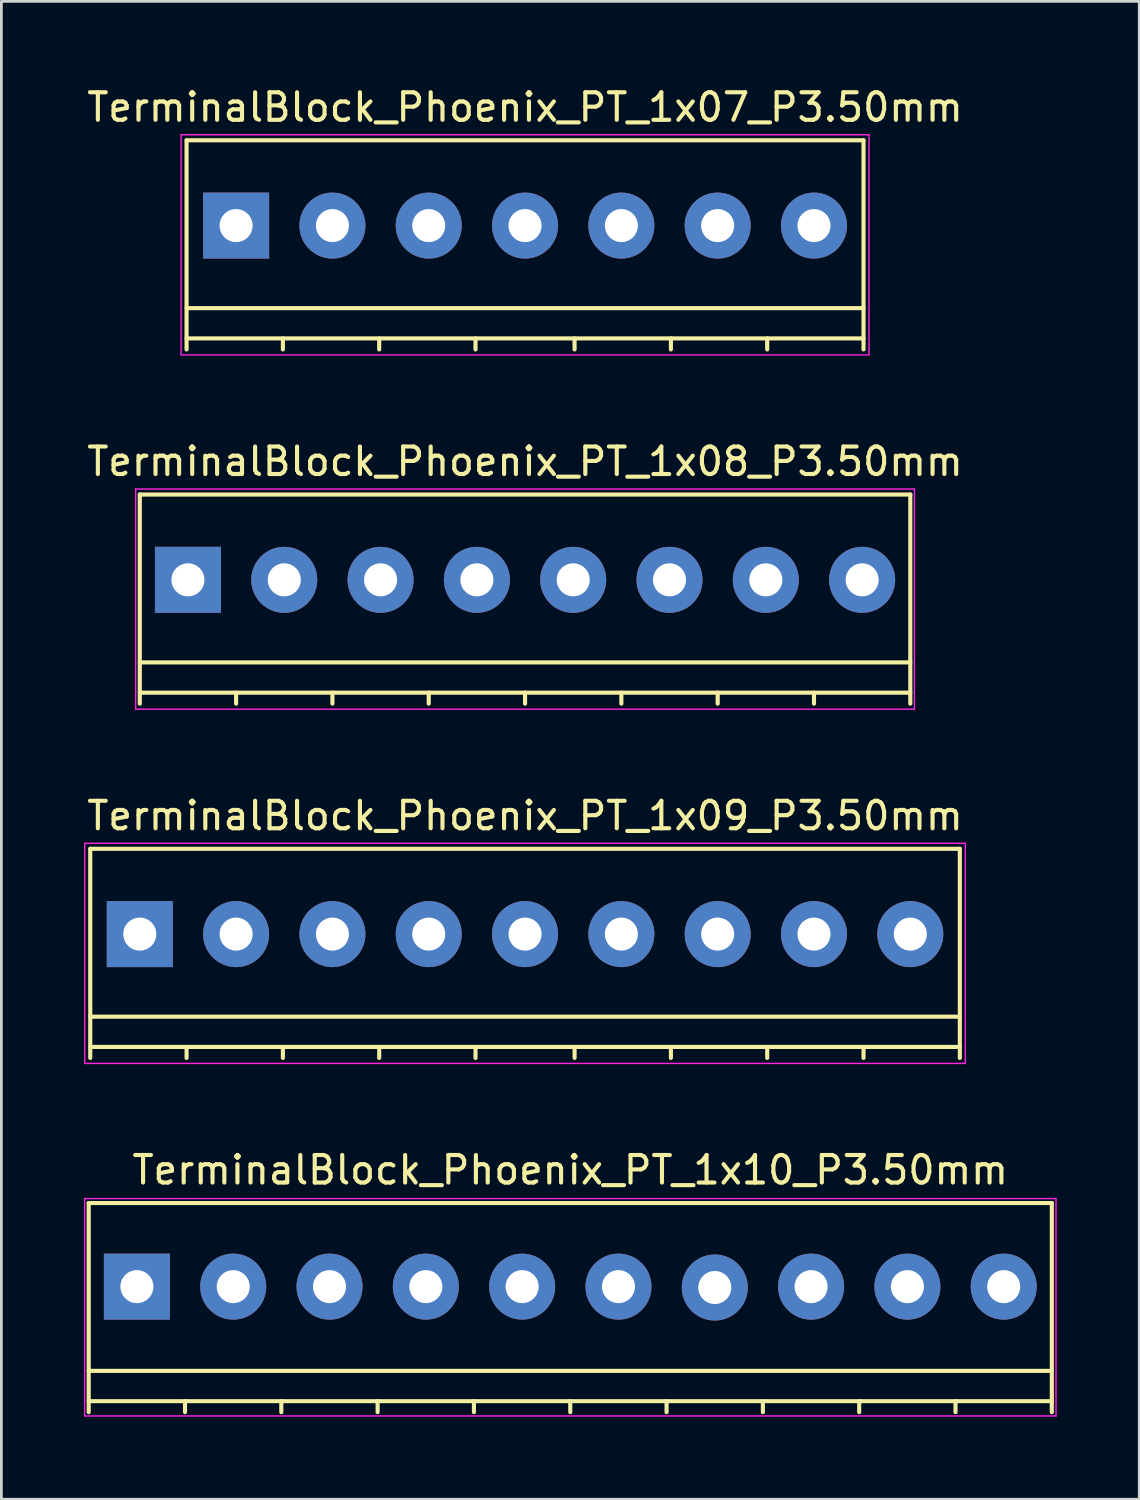
<source format=kicad_pcb>
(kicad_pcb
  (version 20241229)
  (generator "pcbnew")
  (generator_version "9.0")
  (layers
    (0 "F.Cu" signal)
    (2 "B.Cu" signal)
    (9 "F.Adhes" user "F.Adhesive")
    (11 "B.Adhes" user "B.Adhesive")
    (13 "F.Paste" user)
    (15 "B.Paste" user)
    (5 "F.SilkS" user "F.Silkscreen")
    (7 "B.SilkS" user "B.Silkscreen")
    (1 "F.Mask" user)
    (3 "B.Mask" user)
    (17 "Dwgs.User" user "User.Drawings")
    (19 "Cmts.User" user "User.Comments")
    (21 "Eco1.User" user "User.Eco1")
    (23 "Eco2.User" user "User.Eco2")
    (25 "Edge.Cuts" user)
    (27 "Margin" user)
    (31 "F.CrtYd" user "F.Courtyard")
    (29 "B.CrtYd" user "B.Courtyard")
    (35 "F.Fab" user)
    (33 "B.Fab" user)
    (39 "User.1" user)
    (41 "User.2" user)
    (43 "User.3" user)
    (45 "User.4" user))
  (footprint "TerminalBlock_Phoenix_PT_1x08_P3.50mm"
    (layer "F.Cu")
    (at 3.78 18.021)
    (property "Reference" "TerminalBlock_Phoenix_PT_1x08_P3.50mm" (at 12.25 -4.3 0) (layer "F.SilkS") (effects (font (size 1 1) (thickness 0.15))))
    (attr through_hole)
    (fp_line (start -1.75 -3.1) (end -1.75 4.5) (stroke (width 0.15) (type solid)) (layer "F.SilkS"))
    (fp_line (start -1.75 3) (end 26.25 3) (stroke (width 0.15) (type solid)) (layer "F.SilkS"))
    (fp_line (start -1.75 4.1) (end 26.25 4.1) (stroke (width 0.15) (type solid)) (layer "F.SilkS"))
    (fp_line (start 1.75 4.1) (end 1.75 4.5) (stroke (width 0.15) (type solid)) (layer "F.SilkS"))
    (fp_line (start 5.25 4.1) (end 5.25 4.5) (stroke (width 0.15) (type solid)) (layer "F.SilkS"))
    (fp_line (start 8.75 4.1) (end 8.75 4.5) (stroke (width 0.15) (type solid)) (layer "F.SilkS"))
    (fp_line (start 12.25 4.1) (end 12.25 4.5) (stroke (width 0.15) (type solid)) (layer "F.SilkS"))
    (fp_line (start 15.75 4.1) (end 15.75 4.5) (stroke (width 0.15) (type solid)) (layer "F.SilkS"))
    (fp_line (start 19.25 4.1) (end 19.25 4.5) (stroke (width 0.15) (type solid)) (layer "F.SilkS"))
    (fp_line (start 22.75 4.1) (end 22.75 4.5) (stroke (width 0.15) (type solid)) (layer "F.SilkS"))
    (fp_line (start 26.25 -3.1) (end -1.75 -3.1) (stroke (width 0.15) (type solid)) (layer "F.SilkS"))
    (fp_line (start 26.25 4.5) (end 26.25 -3.1) (stroke (width 0.15) (type solid)) (layer "F.SilkS"))
    (fp_line (start -1.9 -3.3) (end 26.4 -3.3) (stroke (width 0.05) (type solid)) (layer "F.CrtYd"))
    (fp_line (start -1.9 4.7) (end -1.9 -3.3) (stroke (width 0.05) (type solid)) (layer "F.CrtYd"))
    (fp_line (start 26.4 -3.3) (end 26.4 4.7) (stroke (width 0.05) (type solid)) (layer "F.CrtYd"))
    (fp_line (start 26.4 4.7) (end -1.9 4.7) (stroke (width 0.05) (type solid)) (layer "F.CrtYd"))
    (pad "1" thru_hole rect (at 0 0) (size 2.4 2.4) (drill 1.2) (layers "*.Cu" "*.Mask"))
    (pad "2" thru_hole circle (at 3.5 0) (size 2.4 2.4) (drill 1.2) (layers "*.Cu" "*.Mask"))
    (pad "3" thru_hole circle (at 7 0) (size 2.4 2.4) (drill 1.2) (layers "*.Cu" "*.Mask"))
    (pad "4" thru_hole circle (at 10.5 0) (size 2.4 2.4) (drill 1.2) (layers "*.Cu" "*.Mask"))
    (pad "5" thru_hole circle (at 14 0) (size 2.4 2.4) (drill 1.2) (layers "*.Cu" "*.Mask"))
    (pad "6" thru_hole circle (at 17.5 0) (size 2.4 2.4) (drill 1.2) (layers "*.Cu" "*.Mask"))
    (pad "7" thru_hole circle (at 21 0) (size 2.4 2.4) (drill 1.2) (layers "*.Cu" "*.Mask"))
    (pad "8" thru_hole circle (at 24.5 0) (size 2.4 2.4) (drill 1.2) (layers "*.Cu" "*.Mask")))
  (footprint "TerminalBlock_Phoenix_PT_1x07_P3.50mm"
    (layer "F.Cu")
    (at 5.53 5.148)
    (property "Reference" "TerminalBlock_Phoenix_PT_1x07_P3.50mm" (at 10.5 -4.3 0) (layer "F.SilkS") (effects (font (size 1 1) (thickness 0.15))))
    (attr through_hole)
    (fp_line (start -1.8 -3.1) (end -1.8 4.5) (stroke (width 0.15) (type solid)) (layer "F.SilkS"))
    (fp_line (start -1.8 3) (end 22.8 3) (stroke (width 0.15) (type solid)) (layer "F.SilkS"))
    (fp_line (start -1.8 4.1) (end 22.8 4.1) (stroke (width 0.15) (type solid)) (layer "F.SilkS"))
    (fp_line (start 1.7 4.1) (end 1.7 4.5) (stroke (width 0.15) (type solid)) (layer "F.SilkS"))
    (fp_line (start 5.2 4.1) (end 5.2 4.5) (stroke (width 0.15) (type solid)) (layer "F.SilkS"))
    (fp_line (start 8.7 4.1) (end 8.7 4.5) (stroke (width 0.15) (type solid)) (layer "F.SilkS"))
    (fp_line (start 12.3 4.1) (end 12.3 4.5) (stroke (width 0.15) (type solid)) (layer "F.SilkS"))
    (fp_line (start 15.8 4.1) (end 15.8 4.5) (stroke (width 0.15) (type solid)) (layer "F.SilkS"))
    (fp_line (start 19.3 4.1) (end 19.3 4.5) (stroke (width 0.15) (type solid)) (layer "F.SilkS"))
    (fp_line (start 22.8 -3.1) (end -1.8 -3.1) (stroke (width 0.15) (type solid)) (layer "F.SilkS"))
    (fp_line (start 22.8 4.5) (end 22.8 -3.1) (stroke (width 0.15) (type solid)) (layer "F.SilkS"))
    (fp_line (start -2 -3.3) (end 23 -3.3) (stroke (width 0.05) (type solid)) (layer "F.CrtYd"))
    (fp_line (start -2 4.7) (end -2 -3.3) (stroke (width 0.05) (type solid)) (layer "F.CrtYd"))
    (fp_line (start 23 -3.3) (end 23 4.7) (stroke (width 0.05) (type solid)) (layer "F.CrtYd"))
    (fp_line (start 23 4.7) (end -2 4.7) (stroke (width 0.05) (type solid)) (layer "F.CrtYd"))
    (pad "1" thru_hole rect (at 0 0) (size 2.4 2.4) (drill 1.2) (layers "*.Cu" "*.Mask"))
    (pad "2" thru_hole circle (at 3.5 0) (size 2.4 2.4) (drill 1.2) (layers "*.Cu" "*.Mask"))
    (pad "3" thru_hole circle (at 7 0) (size 2.4 2.4) (drill 1.2) (layers "*.Cu" "*.Mask"))
    (pad "4" thru_hole circle (at 10.5 0) (size 2.4 2.4) (drill 1.2) (layers "*.Cu" "*.Mask"))
    (pad "5" thru_hole circle (at 14 0) (size 2.4 2.4) (drill 1.2) (layers "*.Cu" "*.Mask"))
    (pad "6" thru_hole circle (at 17.5 0) (size 2.4 2.4) (drill 1.2) (layers "*.Cu" "*.Mask"))
    (pad "7" thru_hole circle (at 21 0) (size 2.4 2.4) (drill 1.2) (layers "*.Cu" "*.Mask")))
  (footprint "TerminalBlock_Phoenix_PT_1x10_P3.50mm"
    (layer "F.Cu")
    (at 1.925 43.706)
    (property "Reference" "TerminalBlock_Phoenix_PT_1x10_P3.50mm" (at 15.748 -4.238 0) (layer "F.SilkS") (effects (font (size 1 1) (thickness 0.15))))
    (attr through_hole)
    (fp_line (start -1.752 -3.038) (end -1.752 4.562) (stroke (width 0.15) (type solid)) (layer "F.SilkS"))
    (fp_line (start -1.752 3.062) (end 33.248 3.062) (stroke (width 0.15) (type solid)) (layer "F.SilkS"))
    (fp_line (start -1.752 4.162) (end 33.248 4.162) (stroke (width 0.15) (type solid)) (layer "F.SilkS"))
    (fp_line (start 1.748 4.162) (end 1.748 4.562) (stroke (width 0.15) (type solid)) (layer "F.SilkS"))
    (fp_line (start 5.248 4.162) (end 5.248 4.562) (stroke (width 0.15) (type solid)) (layer "F.SilkS"))
    (fp_line (start 8.748 4.162) (end 8.748 4.562) (stroke (width 0.15) (type solid)) (layer "F.SilkS"))
    (fp_line (start 12.248 4.162) (end 12.248 4.562) (stroke (width 0.15) (type solid)) (layer "F.SilkS"))
    (fp_line (start 15.748 4.162) (end 15.748 4.562) (stroke (width 0.15) (type solid)) (layer "F.SilkS"))
    (fp_line (start 19.248 4.162) (end 19.248 4.562) (stroke (width 0.15) (type solid)) (layer "F.SilkS"))
    (fp_line (start 22.748 4.162) (end 22.748 4.562) (stroke (width 0.15) (type solid)) (layer "F.SilkS"))
    (fp_line (start 26.248 4.162) (end 26.248 4.562) (stroke (width 0.15) (type solid)) (layer "F.SilkS"))
    (fp_line (start 29.748 4.162) (end 29.748 4.562) (stroke (width 0.15) (type solid)) (layer "F.SilkS"))
    (fp_line (start 33.248 -3.038) (end -1.752 -3.038) (stroke (width 0.15) (type solid)) (layer "F.SilkS"))
    (fp_line (start 33.248 4.562) (end 33.248 -3.038) (stroke (width 0.15) (type solid)) (layer "F.SilkS"))
    (fp_line (start -1.9 -3.2) (end 33.4 -3.2) (stroke (width 0.05) (type solid)) (layer "F.CrtYd"))
    (fp_line (start -1.9 4.7) (end -1.9 -3.2) (stroke (width 0.05) (type solid)) (layer "F.CrtYd"))
    (fp_line (start 33.4 -3.2) (end 33.4 4.7) (stroke (width 0.05) (type solid)) (layer "F.CrtYd"))
    (fp_line (start 33.4 4.7) (end -1.9 4.7) (stroke (width 0.05) (type solid)) (layer "F.CrtYd"))
    (pad "1" thru_hole rect (at 0 0 180) (size 2.4 2.4) (drill 1.2) (layers "*.Cu" "*.Mask"))
    (pad "2" thru_hole circle (at 3.5 0 180) (size 2.4 2.4) (drill 1.2) (layers "*.Cu" "*.Mask"))
    (pad "3" thru_hole circle (at 7 0 180) (size 2.4 2.4) (drill 1.2) (layers "*.Cu" "*.Mask"))
    (pad "4" thru_hole circle (at 10.5 0 180) (size 2.4 2.4) (drill 1.2) (layers "*.Cu" "*.Mask"))
    (pad "5" thru_hole circle (at 14 0 180) (size 2.4 2.4) (drill 1.2) (layers "*.Cu" "*.Mask"))
    (pad "6" thru_hole circle (at 17.5 0 180) (size 2.4 2.4) (drill 1.2) (layers "*.Cu" "*.Mask"))
    (pad "7" thru_hole circle (at 21 0.032 180) (size 2.4 2.4) (drill 1.2) (layers "*.Cu" "*.Mask"))
    (pad "8" thru_hole circle (at 24.5 0 180) (size 2.4 2.4) (drill 1.2) (layers "*.Cu" "*.Mask"))
    (pad "9" thru_hole circle (at 28 0 180) (size 2.4 2.4) (drill 1.2) (layers "*.Cu" "*.Mask"))
    (pad "10" thru_hole circle (at 31.5 0 180) (size 2.4 2.4) (drill 1.2) (layers "*.Cu" "*.Mask")))
  (footprint "TerminalBlock_Phoenix_PT_1x09_P3.50mm"
    (layer "F.Cu")
    (at 2.03 30.895)
    (property "Reference" "TerminalBlock_Phoenix_PT_1x09_P3.50mm" (at 14 -4.3 0) (layer "F.SilkS") (effects (font (size 1 1) (thickness 0.15))))
    (attr through_hole)
    (fp_line (start -1.8 -3.1) (end -1.8 4.5) (stroke (width 0.15) (type solid)) (layer "F.SilkS"))
    (fp_line (start -1.8 3) (end 29.8 3) (stroke (width 0.15) (type solid)) (layer "F.SilkS"))
    (fp_line (start -1.8 4.1) (end 29.8 4.1) (stroke (width 0.15) (type solid)) (layer "F.SilkS"))
    (fp_line (start 1.7 4.1) (end 1.7 4.5) (stroke (width 0.15) (type solid)) (layer "F.SilkS"))
    (fp_line (start 5.2 4.1) (end 5.2 4.5) (stroke (width 0.15) (type solid)) (layer "F.SilkS"))
    (fp_line (start 8.7 4.1) (end 8.7 4.5) (stroke (width 0.15) (type solid)) (layer "F.SilkS"))
    (fp_line (start 12.2 4.1) (end 12.2 4.5) (stroke (width 0.15) (type solid)) (layer "F.SilkS"))
    (fp_line (start 15.8 4.1) (end 15.8 4.5) (stroke (width 0.15) (type solid)) (layer "F.SilkS"))
    (fp_line (start 19.3 4.1) (end 19.3 4.5) (stroke (width 0.15) (type solid)) (layer "F.SilkS"))
    (fp_line (start 22.8 4.1) (end 22.8 4.5) (stroke (width 0.15) (type solid)) (layer "F.SilkS"))
    (fp_line (start 26.3 4.1) (end 26.3 4.5) (stroke (width 0.15) (type solid)) (layer "F.SilkS"))
    (fp_line (start 29.8 -3.1) (end -1.8 -3.1) (stroke (width 0.15) (type solid)) (layer "F.SilkS"))
    (fp_line (start 29.8 4.5) (end 29.8 -3.1) (stroke (width 0.15) (type solid)) (layer "F.SilkS"))
    (fp_line (start -2 -3.3) (end 30 -3.3) (stroke (width 0.05) (type solid)) (layer "F.CrtYd"))
    (fp_line (start -2 4.7) (end -2 -3.3) (stroke (width 0.05) (type solid)) (layer "F.CrtYd"))
    (fp_line (start 30 -3.3) (end 30 4.7) (stroke (width 0.05) (type solid)) (layer "F.CrtYd"))
    (fp_line (start 30 4.7) (end -2 4.7) (stroke (width 0.05) (type solid)) (layer "F.CrtYd"))
    (pad "1" thru_hole rect (at 0 0) (size 2.4 2.4) (drill 1.2) (layers "*.Cu" "*.Mask"))
    (pad "2" thru_hole circle (at 3.5 0) (size 2.4 2.4) (drill 1.2) (layers "*.Cu" "*.Mask"))
    (pad "3" thru_hole circle (at 7 0) (size 2.4 2.4) (drill 1.2) (layers "*.Cu" "*.Mask"))
    (pad "4" thru_hole circle (at 10.5 0) (size 2.4 2.4) (drill 1.2) (layers "*.Cu" "*.Mask"))
    (pad "5" thru_hole circle (at 14 0) (size 2.4 2.4) (drill 1.2) (layers "*.Cu" "*.Mask"))
    (pad "6" thru_hole circle (at 17.5 0) (size 2.4 2.4) (drill 1.2) (layers "*.Cu" "*.Mask"))
    (pad "7" thru_hole circle (at 21 0) (size 2.4 2.4) (drill 1.2) (layers "*.Cu" "*.Mask"))
    (pad "8" thru_hole circle (at 24.5 0) (size 2.4 2.4) (drill 1.2) (layers "*.Cu" "*.Mask"))
    (pad "9" thru_hole circle (at 28 0) (size 2.4 2.4) (drill 1.2) (layers "*.Cu" "*.Mask")))
  (gr_rect
    (start -3 -3)
    (end 38.35 51.431)
    (stroke (width 0.1) (type default))
    (fill no)
    (layer "Edge.Cuts")))
</source>
